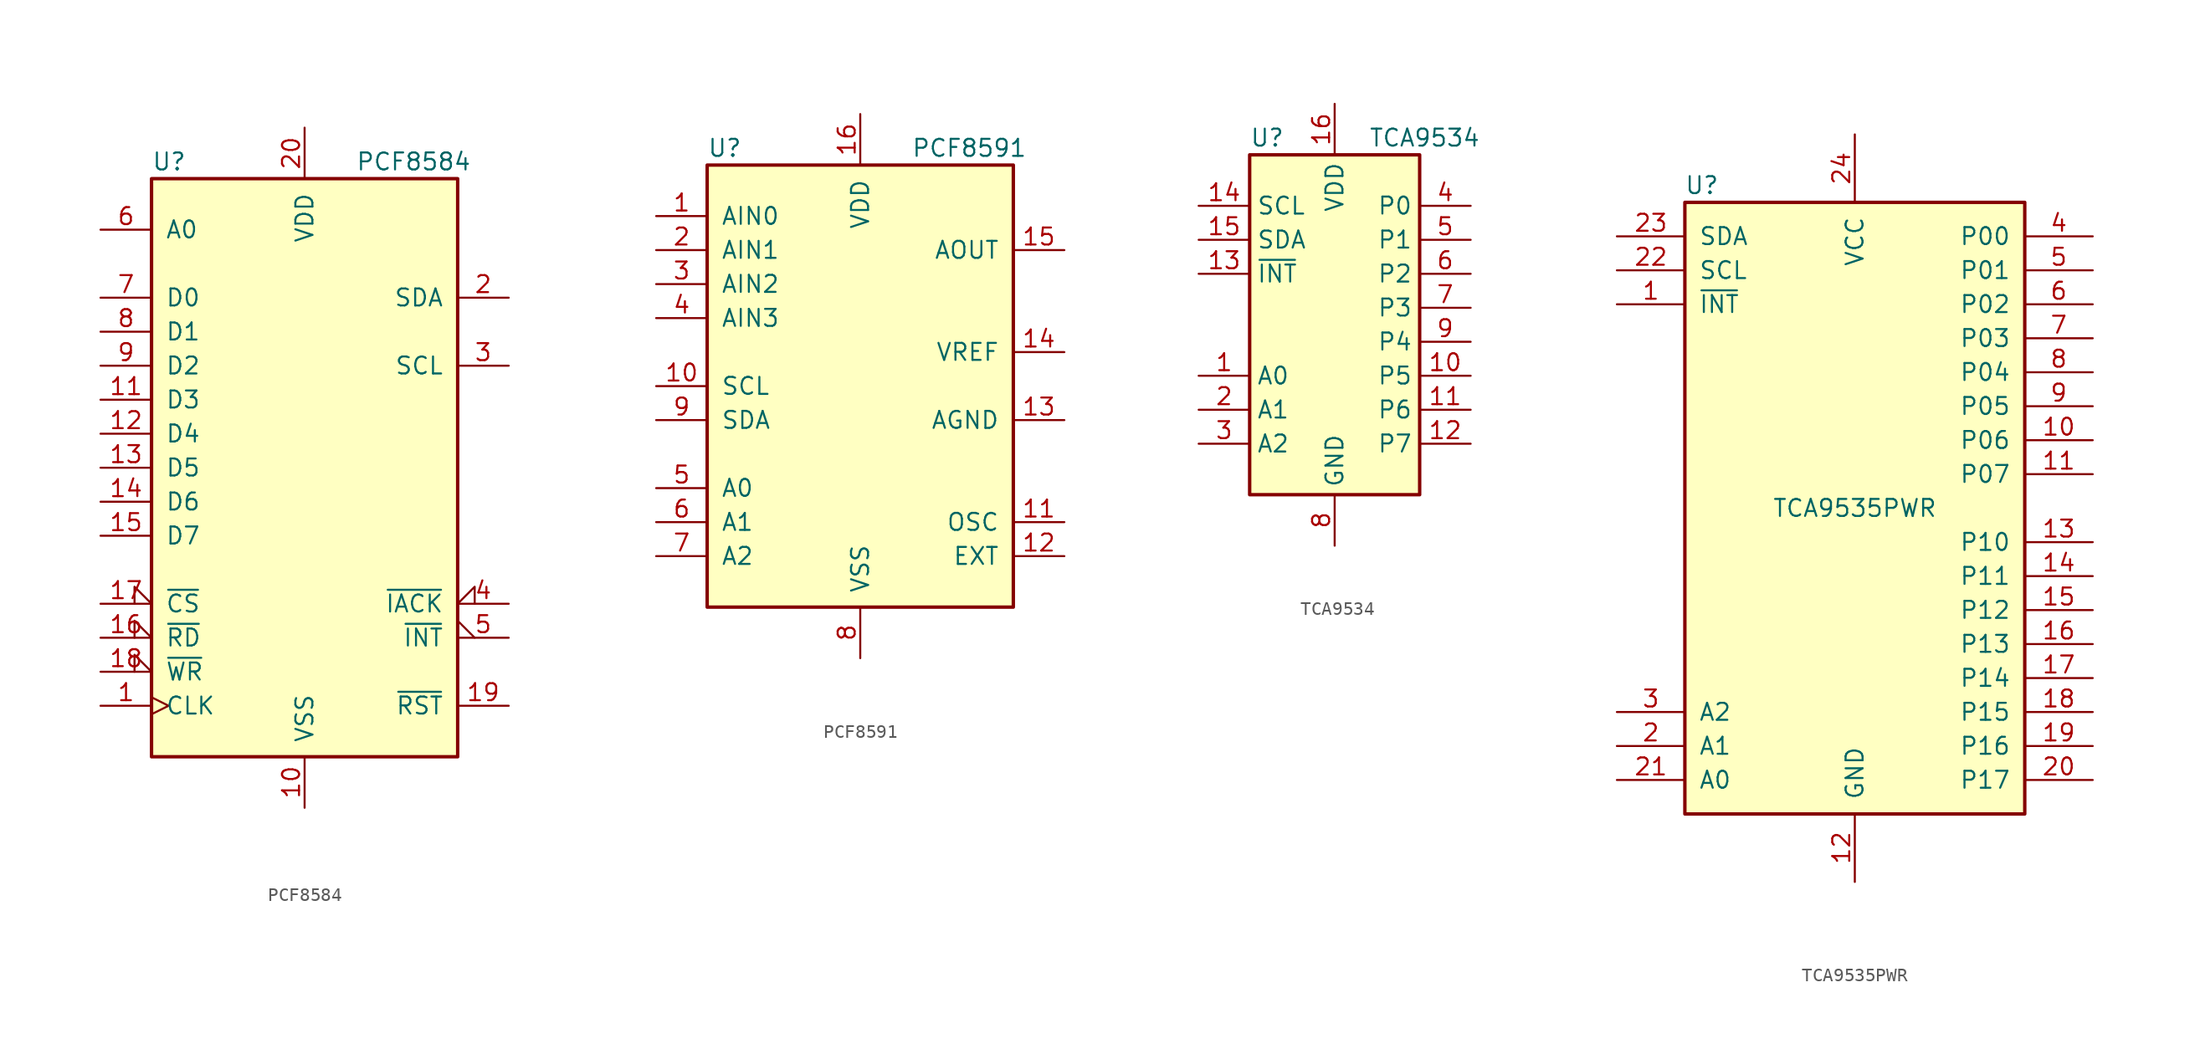
<source format=kicad_sym>
(kicad_symbol_lib
  (version 20201005)
  (generator kicad_symbol_editor)
  (symbol "Interface_Expansion:PCF8584"
    (pin_names
      (offset 1.016))
    (property "Reference" "U"
      (at -11.43 22.86 0)
      (effects (font (size 1.27 1.27)) (justify left)))
    (property "Value" "PCF8584"
      (at 3.81 22.86 0)
      (effects (font (size 1.27 1.27)) (justify left)))
    (symbol "PCF8584_0_1"
      (rectangle (start -11.43 -21.59) (end 11.43 21.59) (stroke (width 0.254)) (fill (type background))))
    (symbol "PCF8584_1_1"
      (pin input clock (at -15.24 -17.78 0) (length 3.81) (name "CLK" (effects (font (size 1.27 1.27)))) (number "1" (effects (font (size 1.27 1.27)))))
      (pin power_in line (at 0 -25.4 90) (length 3.81) (name "VSS" (effects (font (size 1.27 1.27)))) (number "10" (effects (font (size 1.27 1.27)))))
      (pin tri_state line (at -15.24 5.08 0) (length 3.81) (name "D3" (effects (font (size 1.27 1.27)))) (number "11" (effects (font (size 1.27 1.27)))))
      (pin tri_state line (at -15.24 2.54 0) (length 3.81) (name "D4" (effects (font (size 1.27 1.27)))) (number "12" (effects (font (size 1.27 1.27)))))
      (pin tri_state line (at -15.24 0 0) (length 3.81) (name "D5" (effects (font (size 1.27 1.27)))) (number "13" (effects (font (size 1.27 1.27)))))
      (pin tri_state line (at -15.24 -2.54 0) (length 3.81) (name "D6" (effects (font (size 1.27 1.27)))) (number "14" (effects (font (size 1.27 1.27)))))
      (pin tri_state line (at -15.24 -5.08 0) (length 3.81) (name "D7" (effects (font (size 1.27 1.27)))) (number "15" (effects (font (size 1.27 1.27)))))
      (pin passive input_low (at -15.24 -12.7 0) (length 3.81) (name "~RD~" (effects (font (size 1.27 1.27)))) (number "16" (effects (font (size 1.27 1.27)))))
      (pin input input_low (at -15.24 -10.16 0) (length 3.81) (name "~CS~" (effects (font (size 1.27 1.27)))) (number "17" (effects (font (size 1.27 1.27)))))
      (pin input input_low (at -15.24 -15.24 0) (length 3.81) (name "~WR~" (effects (font (size 1.27 1.27)))) (number "18" (effects (font (size 1.27 1.27)))))
      (pin bidirectional line (at 15.24 -17.78 180) (length 3.81) (name "~RST~" (effects (font (size 1.27 1.27)))) (number "19" (effects (font (size 1.27 1.27)))))
      (pin bidirectional line (at 15.24 12.7 180) (length 3.81) (name "SDA" (effects (font (size 1.27 1.27)))) (number "2" (effects (font (size 1.27 1.27)))))
      (pin power_in line (at 0 25.4 270) (length 3.81) (name "VDD" (effects (font (size 1.27 1.27)))) (number "20" (effects (font (size 1.27 1.27)))))
      (pin bidirectional line (at 15.24 7.62 180) (length 3.81) (name "SCL" (effects (font (size 1.27 1.27)))) (number "3" (effects (font (size 1.27 1.27)))))
      (pin input input_low (at 15.24 -10.16 180) (length 3.81) (name "~IACK~" (effects (font (size 1.27 1.27)))) (number "4" (effects (font (size 1.27 1.27)))))
      (pin output output_low (at 15.24 -12.7 180) (length 3.81) (name "~INT~" (effects (font (size 1.27 1.27)))) (number "5" (effects (font (size 1.27 1.27)))))
      (pin input line (at -15.24 17.78 0) (length 3.81) (name "A0" (effects (font (size 1.27 1.27)))) (number "6" (effects (font (size 1.27 1.27)))))
      (pin tri_state line (at -15.24 12.7 0) (length 3.81) (name "D0" (effects (font (size 1.27 1.27)))) (number "7" (effects (font (size 1.27 1.27)))))
      (pin tri_state line (at -15.24 10.16 0) (length 3.81) (name "D1" (effects (font (size 1.27 1.27)))) (number "8" (effects (font (size 1.27 1.27)))))
      (pin tri_state line (at -15.24 7.62 0) (length 3.81) (name "D2" (effects (font (size 1.27 1.27)))) (number "9" (effects (font (size 1.27 1.27)))))))
  (symbol "Interface_Expansion:PCF8591"
    (pin_names
      (offset 1.016))
    (property "Reference" "U"
      (at -11.43 17.78 0)
      (effects (font (size 1.27 1.27)) (justify left)))
    (property "Value" "PCF8591"
      (at 3.81 17.78 0)
      (effects (font (size 1.27 1.27)) (justify left)))
    (symbol "PCF8591_0_1"
      (rectangle (start -11.43 -16.51) (end 11.43 16.51) (stroke (width 0.254)) (fill (type background))))
    (symbol "PCF8591_1_1"
      (pin passive line (at -15.24 12.7 0) (length 3.81) (name "AIN0" (effects (font (size 1.27 1.27)))) (number "1" (effects (font (size 1.27 1.27)))))
      (pin input line (at -15.24 0 0) (length 3.81) (name "SCL" (effects (font (size 1.27 1.27)))) (number "10" (effects (font (size 1.27 1.27)))))
      (pin bidirectional line (at 15.24 -10.16 180) (length 3.81) (name "OSC" (effects (font (size 1.27 1.27)))) (number "11" (effects (font (size 1.27 1.27)))))
      (pin input line (at 15.24 -12.7 180) (length 3.81) (name "EXT" (effects (font (size 1.27 1.27)))) (number "12" (effects (font (size 1.27 1.27)))))
      (pin power_out line (at 15.24 -2.54 180) (length 3.81) (name "AGND" (effects (font (size 1.27 1.27)))) (number "13" (effects (font (size 1.27 1.27)))))
      (pin passive line (at 15.24 2.54 180) (length 3.81) (name "VREF" (effects (font (size 1.27 1.27)))) (number "14" (effects (font (size 1.27 1.27)))))
      (pin passive line (at 15.24 10.16 180) (length 3.81) (name "AOUT" (effects (font (size 1.27 1.27)))) (number "15" (effects (font (size 1.27 1.27)))))
      (pin power_in line (at 0 20.32 270) (length 3.81) (name "VDD" (effects (font (size 1.27 1.27)))) (number "16" (effects (font (size 1.27 1.27)))))
      (pin passive line (at -15.24 10.16 0) (length 3.81) (name "AIN1" (effects (font (size 1.27 1.27)))) (number "2" (effects (font (size 1.27 1.27)))))
      (pin passive line (at -15.24 7.62 0) (length 3.81) (name "AIN2" (effects (font (size 1.27 1.27)))) (number "3" (effects (font (size 1.27 1.27)))))
      (pin passive line (at -15.24 5.08 0) (length 3.81) (name "AIN3" (effects (font (size 1.27 1.27)))) (number "4" (effects (font (size 1.27 1.27)))))
      (pin input line (at -15.24 -7.62 0) (length 3.81) (name "A0" (effects (font (size 1.27 1.27)))) (number "5" (effects (font (size 1.27 1.27)))))
      (pin input line (at -15.24 -10.16 0) (length 3.81) (name "A1" (effects (font (size 1.27 1.27)))) (number "6" (effects (font (size 1.27 1.27)))))
      (pin input line (at -15.24 -12.7 0) (length 3.81) (name "A2" (effects (font (size 1.27 1.27)))) (number "7" (effects (font (size 1.27 1.27)))))
      (pin power_in line (at 0 -20.32 90) (length 3.81) (name "VSS" (effects (font (size 1.27 1.27)))) (number "8" (effects (font (size 1.27 1.27)))))
      (pin bidirectional line (at -15.24 -2.54 0) (length 3.81) (name "SDA" (effects (font (size 1.27 1.27)))) (number "9" (effects (font (size 1.27 1.27)))))))
  (symbol "Interface_Expansion:TCA9534"
    (property "Reference" "U"
      (at -6.35 12.7 0)
      (effects (font (size 1.27 1.27)) (justify left)))
    (property "Value" "TCA9534"
      (at 2.54 12.7 0)
      (effects (font (size 1.27 1.27)) (justify left)))
    (symbol "TCA9534_0_1"
      (rectangle (start -6.35 -13.97) (end 6.35 11.43) (stroke (width 0.254)) (fill (type background))))
    (symbol "TCA9534_1_1"
      (pin input line (at -10.16 -5.08 0) (length 3.81) (name "A0" (effects (font (size 1.27 1.27)))) (number "1" (effects (font (size 1.27 1.27)))))
      (pin bidirectional line (at 10.16 -5.08 180) (length 3.81) (name "P5" (effects (font (size 1.27 1.27)))) (number "10" (effects (font (size 1.27 1.27)))))
      (pin bidirectional line (at 10.16 -7.62 180) (length 3.81) (name "P6" (effects (font (size 1.27 1.27)))) (number "11" (effects (font (size 1.27 1.27)))))
      (pin bidirectional line (at 10.16 -10.16 180) (length 3.81) (name "P7" (effects (font (size 1.27 1.27)))) (number "12" (effects (font (size 1.27 1.27)))))
      (pin open_collector line (at -10.16 2.54 0) (length 3.81) (name "~INT~" (effects (font (size 1.27 1.27)))) (number "13" (effects (font (size 1.27 1.27)))))
      (pin input line (at -10.16 7.62 0) (length 3.81) (name "SCL" (effects (font (size 1.27 1.27)))) (number "14" (effects (font (size 1.27 1.27)))))
      (pin bidirectional line (at -10.16 5.08 0) (length 3.81) (name "SDA" (effects (font (size 1.27 1.27)))) (number "15" (effects (font (size 1.27 1.27)))))
      (pin power_in line (at 0 15.24 270) (length 3.81) (name "VDD" (effects (font (size 1.27 1.27)))) (number "16" (effects (font (size 1.27 1.27)))))
      (pin input line (at -10.16 -7.62 0) (length 3.81) (name "A1" (effects (font (size 1.27 1.27)))) (number "2" (effects (font (size 1.27 1.27)))))
      (pin input line (at -10.16 -10.16 0) (length 3.81) (name "A2" (effects (font (size 1.27 1.27)))) (number "3" (effects (font (size 1.27 1.27)))))
      (pin bidirectional line (at 10.16 7.62 180) (length 3.81) (name "P0" (effects (font (size 1.27 1.27)))) (number "4" (effects (font (size 1.27 1.27)))))
      (pin bidirectional line (at 10.16 5.08 180) (length 3.81) (name "P1" (effects (font (size 1.27 1.27)))) (number "5" (effects (font (size 1.27 1.27)))))
      (pin bidirectional line (at 10.16 2.54 180) (length 3.81) (name "P2" (effects (font (size 1.27 1.27)))) (number "6" (effects (font (size 1.27 1.27)))))
      (pin bidirectional line (at 10.16 0 180) (length 3.81) (name "P3" (effects (font (size 1.27 1.27)))) (number "7" (effects (font (size 1.27 1.27)))))
      (pin power_in line (at 0 -17.78 90) (length 3.81) (name "GND" (effects (font (size 1.27 1.27)))) (number "8" (effects (font (size 1.27 1.27)))))
      (pin bidirectional line (at 10.16 -2.54 180) (length 3.81) (name "P4" (effects (font (size 1.27 1.27)))) (number "9" (effects (font (size 1.27 1.27)))))))
  (symbol "Interface_Expansion:TCA9535PWR"
    (pin_names
      (offset 1.016))
    (property "Reference" "U"
      (at -11.43 24.13 0)
      (effects (font (size 1.27 1.27))))
    (property "Value" "TCA9535PWR"
      (at 0 0 0)
      (effects (font (size 1.27 1.27))))
    (symbol "TCA9535PWR_0_1"
      (rectangle (start -12.7 22.86) (end 12.7 -22.86) (stroke (width 0.254)) (fill (type background))))
    (symbol "TCA9535PWR_1_1"
      (pin open_collector line (at -17.78 15.24 0) (length 5.08) (name "~INT" (effects (font (size 1.27 1.27)))) (number "1" (effects (font (size 1.27 1.27)))))
      (pin bidirectional line (at 17.78 5.08 180) (length 5.08) (name "P06" (effects (font (size 1.27 1.27)))) (number "10" (effects (font (size 1.27 1.27)))))
      (pin bidirectional line (at 17.78 2.54 180) (length 5.08) (name "P07" (effects (font (size 1.27 1.27)))) (number "11" (effects (font (size 1.27 1.27)))))
      (pin power_in line (at 0 -27.94 90) (length 5.08) (name "GND" (effects (font (size 1.27 1.27)))) (number "12" (effects (font (size 1.27 1.27)))))
      (pin bidirectional line (at 17.78 -2.54 180) (length 5.08) (name "P10" (effects (font (size 1.27 1.27)))) (number "13" (effects (font (size 1.27 1.27)))))
      (pin bidirectional line (at 17.78 -5.08 180) (length 5.08) (name "P11" (effects (font (size 1.27 1.27)))) (number "14" (effects (font (size 1.27 1.27)))))
      (pin bidirectional line (at 17.78 -7.62 180) (length 5.08) (name "P12" (effects (font (size 1.27 1.27)))) (number "15" (effects (font (size 1.27 1.27)))))
      (pin bidirectional line (at 17.78 -10.16 180) (length 5.08) (name "P13" (effects (font (size 1.27 1.27)))) (number "16" (effects (font (size 1.27 1.27)))))
      (pin bidirectional line (at 17.78 -12.7 180) (length 5.08) (name "P14" (effects (font (size 1.27 1.27)))) (number "17" (effects (font (size 1.27 1.27)))))
      (pin bidirectional line (at 17.78 -15.24 180) (length 5.08) (name "P15" (effects (font (size 1.27 1.27)))) (number "18" (effects (font (size 1.27 1.27)))))
      (pin bidirectional line (at 17.78 -17.78 180) (length 5.08) (name "P16" (effects (font (size 1.27 1.27)))) (number "19" (effects (font (size 1.27 1.27)))))
      (pin input line (at -17.78 -17.78 0) (length 5.08) (name "A1" (effects (font (size 1.27 1.27)))) (number "2" (effects (font (size 1.27 1.27)))))
      (pin bidirectional line (at 17.78 -20.32 180) (length 5.08) (name "P17" (effects (font (size 1.27 1.27)))) (number "20" (effects (font (size 1.27 1.27)))))
      (pin input line (at -17.78 -20.32 0) (length 5.08) (name "A0" (effects (font (size 1.27 1.27)))) (number "21" (effects (font (size 1.27 1.27)))))
      (pin input line (at -17.78 17.78 0) (length 5.08) (name "SCL" (effects (font (size 1.27 1.27)))) (number "22" (effects (font (size 1.27 1.27)))))
      (pin bidirectional line (at -17.78 20.32 0) (length 5.08) (name "SDA" (effects (font (size 1.27 1.27)))) (number "23" (effects (font (size 1.27 1.27)))))
      (pin power_in line (at 0 27.94 270) (length 5.08) (name "VCC" (effects (font (size 1.27 1.27)))) (number "24" (effects (font (size 1.27 1.27)))))
      (pin input line (at -17.78 -15.24 0) (length 5.08) (name "A2" (effects (font (size 1.27 1.27)))) (number "3" (effects (font (size 1.27 1.27)))))
      (pin bidirectional line (at 17.78 20.32 180) (length 5.08) (name "P00" (effects (font (size 1.27 1.27)))) (number "4" (effects (font (size 1.27 1.27)))))
      (pin bidirectional line (at 17.78 17.78 180) (length 5.08) (name "P01" (effects (font (size 1.27 1.27)))) (number "5" (effects (font (size 1.27 1.27)))))
      (pin bidirectional line (at 17.78 15.24 180) (length 5.08) (name "P02" (effects (font (size 1.27 1.27)))) (number "6" (effects (font (size 1.27 1.27)))))
      (pin bidirectional line (at 17.78 12.7 180) (length 5.08) (name "P03" (effects (font (size 1.27 1.27)))) (number "7" (effects (font (size 1.27 1.27)))))
      (pin bidirectional line (at 17.78 10.16 180) (length 5.08) (name "P04" (effects (font (size 1.27 1.27)))) (number "8" (effects (font (size 1.27 1.27)))))
      (pin bidirectional line (at 17.78 7.62 180) (length 5.08) (name "P05" (effects (font (size 1.27 1.27)))) (number "9" (effects (font (size 1.27 1.27))))))))
</source>
